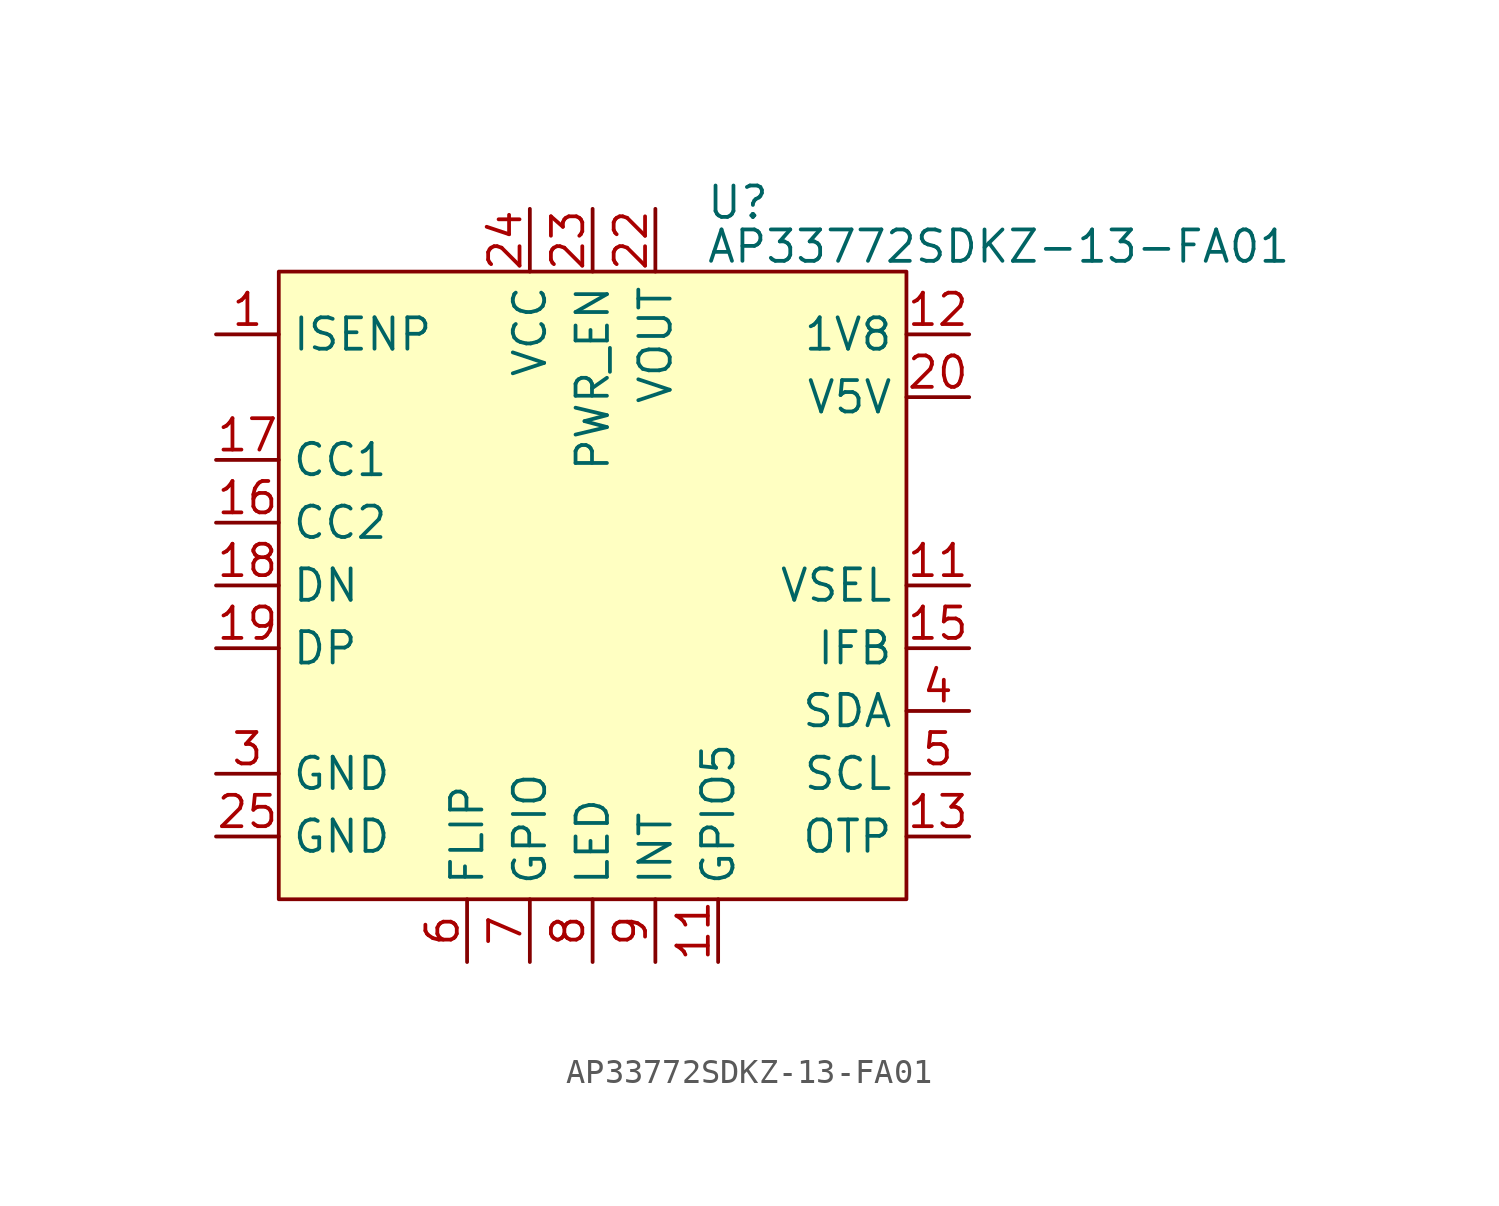
<source format=kicad_sym>
(kicad_symbol_lib
  (version 20241209)
  (generator "kicad_symbol_editor")
  (generator_version "9.0")
  (symbol "AP33772SDKZ-13-FA01"
    (property "Reference" "U"
      (at 17.272 2.794 0)
      (effects (font (size 1.27 1.27)) (justify left)))
    (property "Value" "AP33772SDKZ-13-FA01"
      (at 17.272 1.016 0)
      (effects (font (size 1.27 1.27)) (justify left)))
    (symbol "AP33772SDKZ-13-FA01_1_1"
      (rectangle (start 0 0) (end 25.4 -25.4) (stroke (width 0) (type default)) (fill (type background)))
      (pin bidirectional line (at -2.54 -2.54 0) (length 2.54) (name "ISENP" (effects (font (size 1.27 1.27)))) (number "1" (effects (font (size 1.27 1.27)))))
      (pin bidirectional line (at -2.54 -7.62 0) (length 2.54) (name "CC1" (effects (font (size 1.27 1.27)))) (number "17" (effects (font (size 1.27 1.27)))))
      (pin bidirectional line (at -2.54 -10.16 0) (length 2.54) (name "CC2" (effects (font (size 1.27 1.27)))) (number "16" (effects (font (size 1.27 1.27)))))
      (pin bidirectional line (at -2.54 -12.7 0) (length 2.54) (name "DN" (effects (font (size 1.27 1.27)))) (number "18" (effects (font (size 1.27 1.27)))))
      (pin bidirectional line (at -2.54 -15.24 0) (length 2.54) (name "DP" (effects (font (size 1.27 1.27)))) (number "19" (effects (font (size 1.27 1.27)))))
      (pin power_in line (at -2.54 -20.32 0) (length 2.54) (name "GND" (effects (font (size 1.27 1.27)))) (number "3" (effects (font (size 1.27 1.27)))))
      (pin passive line (at -2.54 -22.86 0) (length 2.54) (name "GND" (effects (font (size 1.27 1.27)))) (number "25" (effects (font (size 1.27 1.27)))))
      (pin bidirectional line (at 7.62 -27.94 90) (length 2.54) (name "FLIP" (effects (font (size 1.27 1.27)))) (number "6" (effects (font (size 1.27 1.27)))))
      (pin power_in line (at 10.16 2.54 270) (length 2.54) (name "VCC" (effects (font (size 1.27 1.27)))) (number "24" (effects (font (size 1.27 1.27)))))
      (pin bidirectional line (at 10.16 -27.94 90) (length 2.54) (name "GPIO" (effects (font (size 1.27 1.27)))) (number "7" (effects (font (size 1.27 1.27)))))
      (pin power_in line (at 12.7 2.54 270) (length 2.54) (name "PWR_EN" (effects (font (size 1.27 1.27)))) (number "23" (effects (font (size 1.27 1.27)))))
      (pin output line (at 12.7 -27.94 90) (length 2.54) (name "LED" (effects (font (size 1.27 1.27)))) (number "8" (effects (font (size 1.27 1.27)))))
      (pin power_in line (at 15.24 2.54 270) (length 2.54) (name "VOUT" (effects (font (size 1.27 1.27)))) (number "22" (effects (font (size 1.27 1.27)))))
      (pin output line (at 15.24 -27.94 90) (length 2.54) (name "INT" (effects (font (size 1.27 1.27)))) (number "9" (effects (font (size 1.27 1.27)))))
      (pin bidirectional line (at 17.78 -27.94 90) (length 2.54) (name "GPIO5" (effects (font (size 1.27 1.27)))) (number "11" (effects (font (size 1.27 1.27)))))
      (pin no_connect line (at 20.32 -27.94 90) (length 2.54) (hide yes) (name "NC" (effects (font (size 1.27 1.27)))) (number "10" (effects (font (size 1.27 1.27)))))
      (pin no_connect line (at 20.32 -27.94 90) (length 2.54) (hide yes) (name "NC" (effects (font (size 1.27 1.27)))) (number "14" (effects (font (size 1.27 1.27)))))
      (pin no_connect line (at 20.32 -27.94 90) (length 2.54) (hide yes) (name "NC" (effects (font (size 1.27 1.27)))) (number "2" (effects (font (size 1.27 1.27)))))
      (pin no_connect line (at 20.32 -27.94 90) (length 2.54) (hide yes) (name "NC" (effects (font (size 1.27 1.27)))) (number "21" (effects (font (size 1.27 1.27)))))
      (pin power_out line (at 27.94 -2.54 180) (length 2.54) (name "1V8" (effects (font (size 1.27 1.27)))) (number "12" (effects (font (size 1.27 1.27)))))
      (pin power_out line (at 27.94 -5.08 180) (length 2.54) (name "V5V" (effects (font (size 1.27 1.27)))) (number "20" (effects (font (size 1.27 1.27)))))
      (pin bidirectional line (at 27.94 -12.7 180) (length 2.54) (name "VSEL" (effects (font (size 1.27 1.27)))) (number "11" (effects (font (size 1.27 1.27)))))
      (pin input line (at 27.94 -15.24 180) (length 2.54) (name "IFB" (effects (font (size 1.27 1.27)))) (number "15" (effects (font (size 1.27 1.27)))))
      (pin bidirectional line (at 27.94 -17.78 180) (length 2.54) (name "SDA" (effects (font (size 1.27 1.27)))) (number "4" (effects (font (size 1.27 1.27)))))
      (pin input line (at 27.94 -20.32 180) (length 2.54) (name "SCL" (effects (font (size 1.27 1.27)))) (number "5" (effects (font (size 1.27 1.27)))))
      (pin bidirectional line (at 27.94 -22.86 180) (length 2.54) (name "OTP" (effects (font (size 1.27 1.27)))) (number "13" (effects (font (size 1.27 1.27))))))))
</source>
